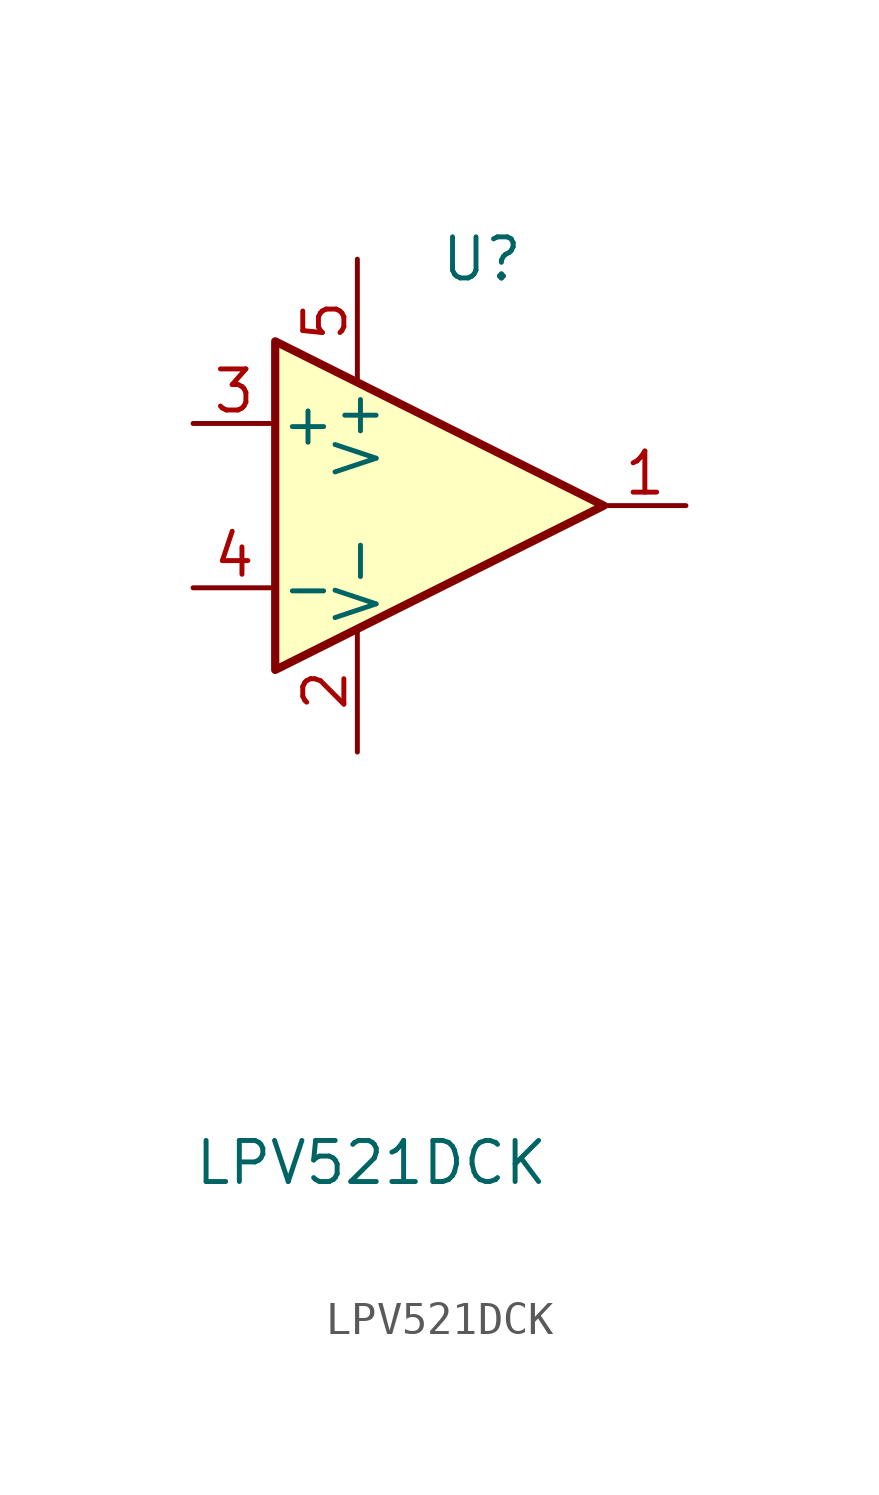
<source format=kicad_sym>
(kicad_symbol_lib
  (version 20211014)
  (generator kicad_symbol_editor)
  (symbol "LPV521DCK"
    (pin_names
      (offset 0.127))
    (property "Reference" "U"
      (at 0 7.62 0)
      (effects (font (size 1.27 1.27)) (justify left)))
    (property "Value" "LPV521DCK"
      (at -7.62 -20.32 0)
      (effects (font (size 1.27 1.27)) (justify left)))
    (symbol "LPV521DCK_0_1"
      (polyline (pts (xy -5.08 5.08) (xy 5.08 0) (xy -5.08 -5.08) (xy -5.08 5.08)) (stroke (width 0.254) (type default) (color 0 0 0 0)) (fill (type background))))
    (symbol "LPV521DCK_1_1"
      (pin output line (at 7.62 0 180) (length 2.54) (name "~" (effects (font (size 1.27 1.27)))) (number "1" (effects (font (size 1.27 1.27)))))
      (pin power_in line (at -2.54 -7.62 90) (length 3.81) (name "V-" (effects (font (size 1.27 1.27)))) (number "2" (effects (font (size 1.27 1.27)))))
      (pin input line (at -7.62 2.54 0) (length 2.54) (name "+" (effects (font (size 1.27 1.27)))) (number "3" (effects (font (size 1.27 1.27)))))
      (pin input line (at -7.62 -2.54 0) (length 2.54) (name "-" (effects (font (size 1.27 1.27)))) (number "4" (effects (font (size 1.27 1.27)))))
      (pin power_in line (at -2.54 7.62 270) (length 3.81) (name "V+" (effects (font (size 1.27 1.27)))) (number "5" (effects (font (size 1.27 1.27))))))))
</source>
